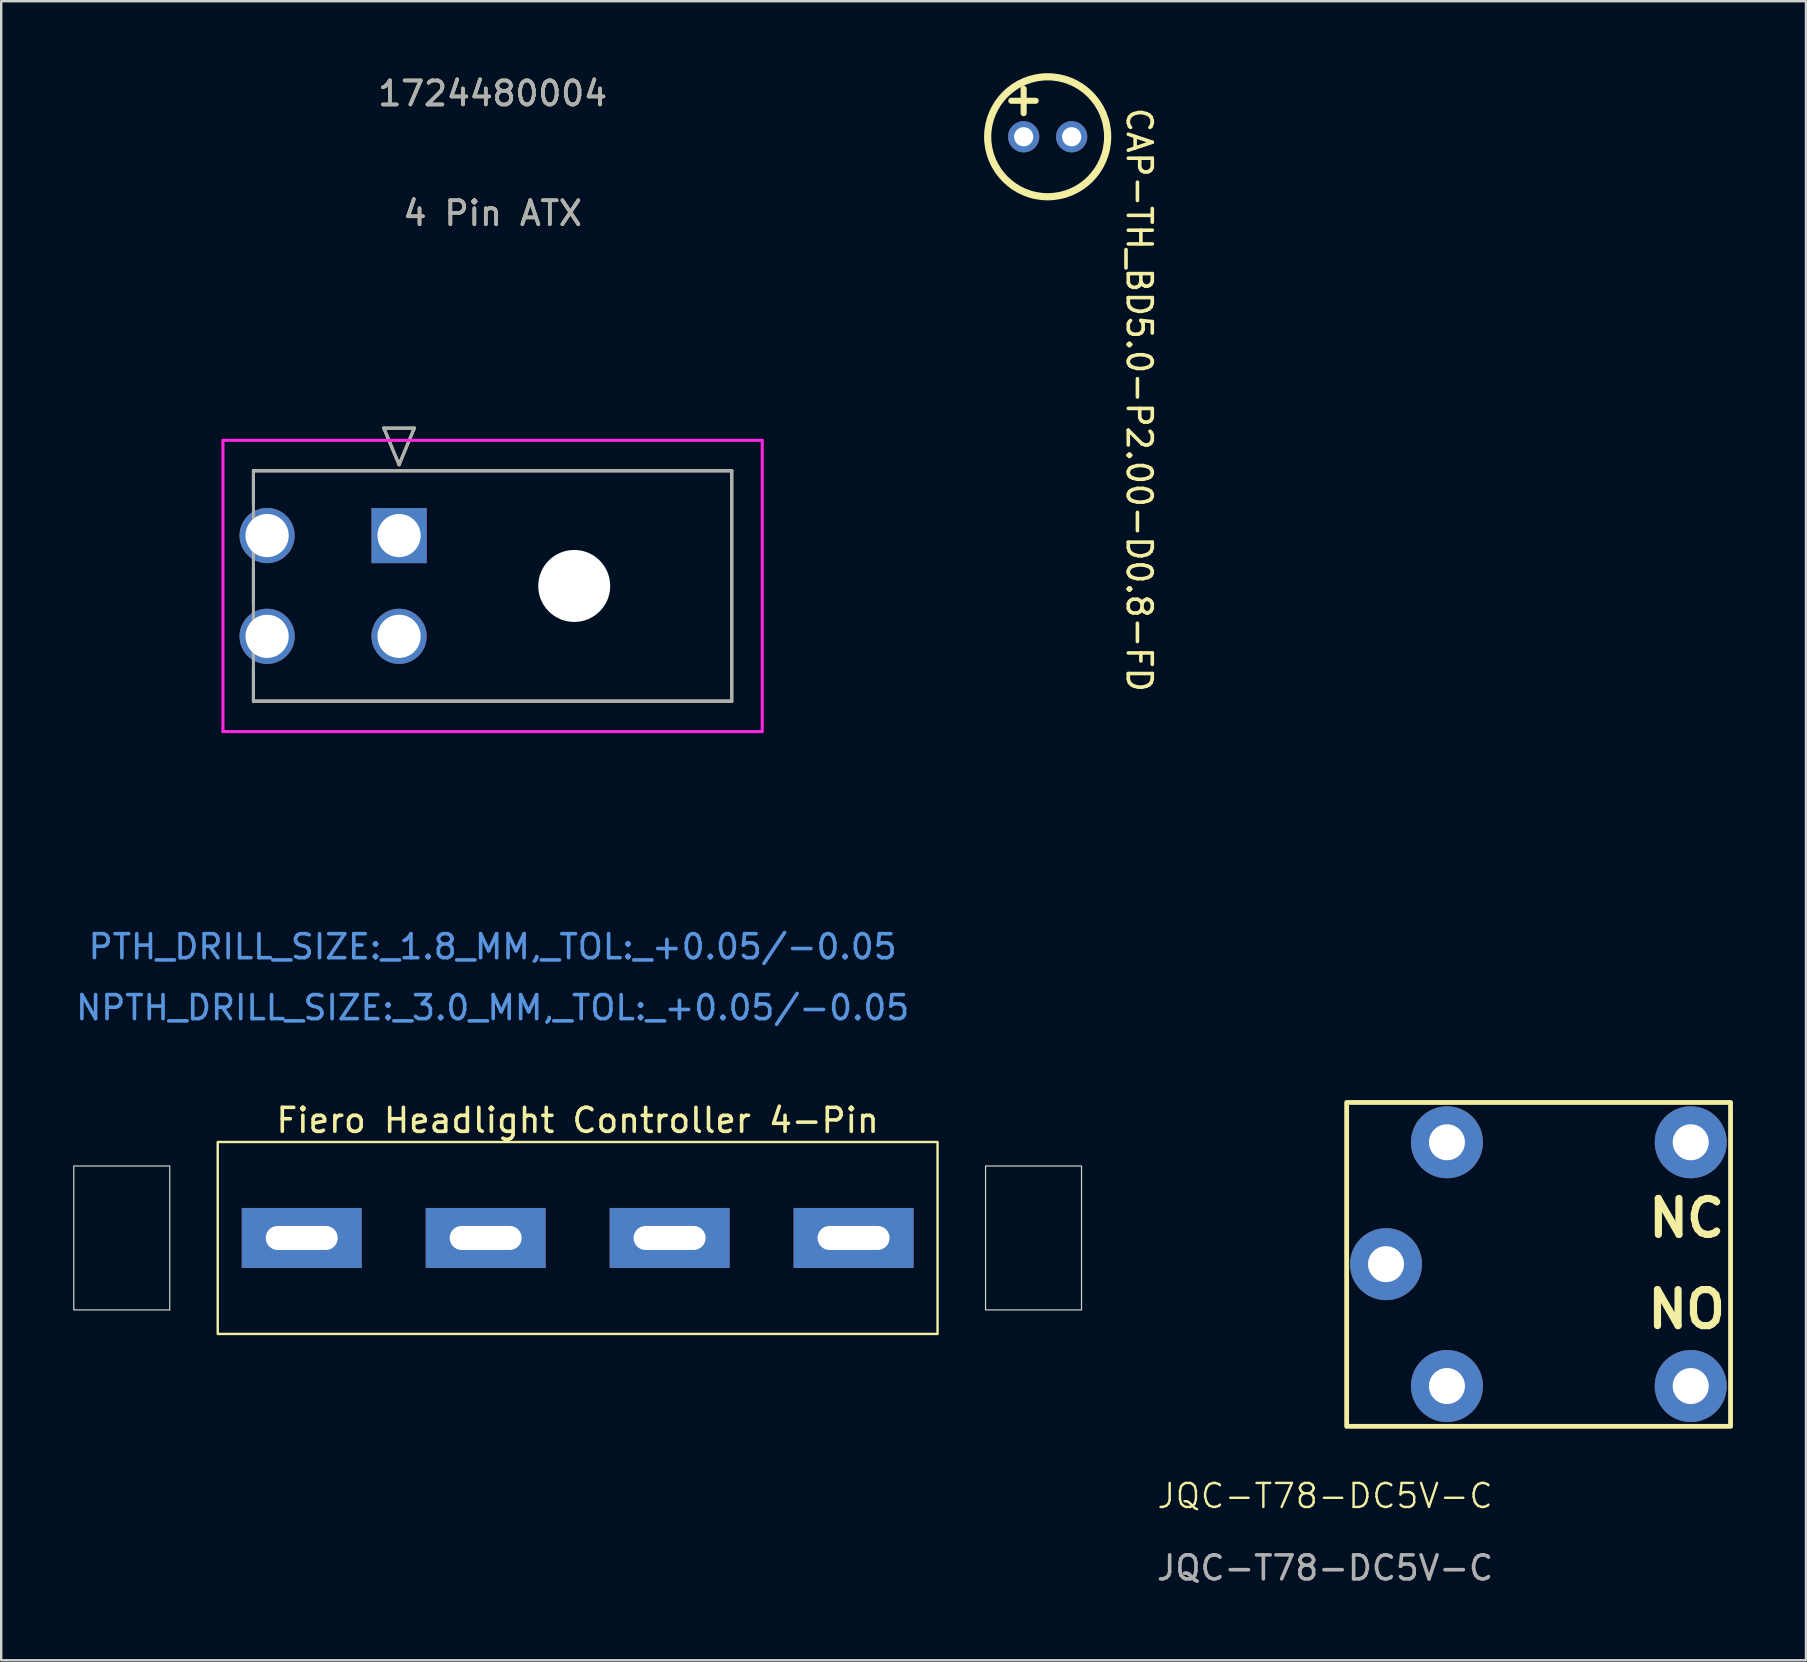
<source format=kicad_pcb>
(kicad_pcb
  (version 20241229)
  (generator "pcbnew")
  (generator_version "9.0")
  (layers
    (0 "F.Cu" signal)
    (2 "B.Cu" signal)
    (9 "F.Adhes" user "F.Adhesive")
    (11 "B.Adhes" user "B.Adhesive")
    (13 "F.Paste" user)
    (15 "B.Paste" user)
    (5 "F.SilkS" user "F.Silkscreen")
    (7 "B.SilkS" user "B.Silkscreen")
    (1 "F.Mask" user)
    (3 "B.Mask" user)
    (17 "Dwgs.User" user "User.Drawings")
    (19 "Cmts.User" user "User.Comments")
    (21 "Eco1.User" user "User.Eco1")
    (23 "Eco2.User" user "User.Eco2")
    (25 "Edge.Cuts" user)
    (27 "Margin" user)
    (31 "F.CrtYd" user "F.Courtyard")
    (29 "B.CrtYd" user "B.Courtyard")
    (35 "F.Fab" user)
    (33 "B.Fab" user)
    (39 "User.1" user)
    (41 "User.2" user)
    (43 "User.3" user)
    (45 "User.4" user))
  (footprint "Fiero Headlight Controller 4-Pin"
    (layer "F.Cu")
    (at 21.025 55.545)
    (property "Reference" "Fiero Headlight Controller 4-Pin" (at 0 -11.9 0) (unlocked yes) (layer "F.SilkS") (effects (font (size 1 1) (thickness 0.15))))
    (attr through_hole)
    (fp_rect (start -15 -11) (end 15 -3) (stroke (width 0.1) (type default)) (fill no) (layer "F.SilkS"))
    (fp_rect (start -21 -10) (end -17 -4) (stroke (width 0.05) (type default)) (fill no) (layer "Edge.Cuts"))
    (fp_rect (start 17 -10) (end 21 -4) (stroke (width 0.05) (type default)) (fill no) (layer "Edge.Cuts"))
    (pad "A" thru_hole rect (at -11.5 -7) (size 5 2.5) (drill oval 3 1) (layers "*.Cu" "*.Mask"))
    (pad "B" thru_hole rect (at -3.833 -7) (size 5 2.5) (drill oval 3 1) (layers "*.Cu" "*.Mask"))
    (pad "C" thru_hole rect (at 3.833 -7) (size 5 2.5) (drill oval 3 1) (layers "*.Cu" "*.Mask"))
    (pad "D" thru_hole rect (at 11.5 -7) (size 5 2.5) (drill oval 3 1) (layers "*.Cu" "*.Mask")))
  (footprint "JQC-T78-DC5V-C"
    (layer "F.Cu")
    (at 52.175 59.797)
    (property "Reference" "JQC-T78-DC5V-C" (at 0 -0.5 0) (unlocked yes) (layer "F.SilkS") (effects (font (size 1 1) (thickness 0.1))))
    (attr through_hole)
    (fp_rect (start 0.9 -16.9) (end 16.9 -3.4) (stroke (width 0.2) (type default)) (fill no) (layer "F.SilkS"))
    (fp_text user "NO" (at 13.3 -7.4 0) (unlocked yes) (layer "F.SilkS") (effects (font (size 1.5 1.5) (thickness 0.3) (bold yes)) (justify left bottom)))
    (fp_text user "NC" (at 13.336 -11.2 0) (unlocked yes) (layer "F.SilkS") (effects (font (size 1.5 1.5) (thickness 0.3) (bold yes)) (justify left bottom)))
    (fp_text user "${REFERENCE}" (at 0 2.5 0) (unlocked yes) (layer "F.Fab") (effects (font (size 1 1) (thickness 0.15))))
    (pad "1" thru_hole circle (at 2.54 -10.16) (size 3 3) (drill 1.5) (layers "*.Cu" "*.Mask"))
    (pad "2" thru_hole circle (at 5.08 -15.24) (size 3 3) (drill 1.5) (layers "*.Cu" "*.Mask"))
    (pad "3" thru_hole circle (at 15.24 -15.24) (size 3 3) (drill 1.5) (layers "*.Cu" "*.Mask"))
    (pad "4" thru_hole circle (at 15.24 -5.08) (size 3 3) (drill 1.5) (layers "*.Cu" "*.Mask"))
    (pad "5" thru_hole circle (at 5.08 -5.08) (size 3 3) (drill 1.5) (layers "*.Cu" "*.Mask")))
  (footprint "CAP-TH_BD5.0-P2.00-D0.8-FD"
    (layer "F.Cu")
    (at 40.614 2.65)
    (property "Reference" "CAP-TH_BD5.0-P2.00-D0.8-FD" (at 4.4 -1.3 270) (unlocked yes) (layer "F.SilkS") (effects (font (size 1 1) (thickness 0.15)) (justify left top)))
    (fp_line (start -1.516 -1.5) (end -0.5 -1.5) (stroke (width 0.254) (type default)) (layer "F.SilkS"))
    (fp_line (start -1 -2) (end -1 -0.984) (stroke (width 0.254) (type default)) (layer "F.SilkS"))
    (fp_circle (center 0 0) (end 2.5 0) (stroke (width 0.3) (type default)) (fill no) (layer "F.SilkS"))
    (fp_circle (center -1 0) (end -0.85 0) (stroke (width 0.3) (type default)) (fill no) (layer "User.4"))
    (fp_circle (center 1 0) (end 1.15 0) (stroke (width 0.3) (type default)) (fill no) (layer "User.4"))
    (fp_circle (center -2.5 2.5) (end -2.47 2.5) (stroke (width 0.06) (type default)) (fill no) (layer "User.5"))
    (pad "1" thru_hole oval (at -1 0) (size 1.3 1.3) (drill 0.8) (layers "*.Cu" "*.Mask"))
    (pad "2" thru_hole oval (at 1 0) (size 1.3 1.3) (drill 0.8) (layers "*.Cu" "*.Mask"))
    (zone (net_name "") (layer "F.SilkS") (hatch edge 0.5) (priority 100) (connect_pads yes) (min_thickness 0) (filled_areas_thickness no) (fill yes) (polygon (pts (arc (start 42.408384 0.9991) (mid 43.11437 2.6501) (end 42.408384 4.3011)))) (filled_polygon (layer "F.SilkS") (island) (pts (arc (start 42.408384 0.9991) (mid 43.11437 2.6501) (end 42.408384 4.3011)))))
    (zone (net_name "") (layer "Dwgs.User") (hatch edge 0.5) (priority 100) (connect_pads yes) (min_thickness 0) (filled_areas_thickness no) (fill yes) (polygon (pts (xy 38.646 1.444) (xy 39.535 1.444) (xy 39.535 1.571) (xy 38.646 1.571))) (filled_polygon (layer "Dwgs.User") (island) (pts (xy 38.646 1.444) (xy 39.535 1.444) (xy 39.535 1.571) (xy 38.646 1.571))))
    (zone (net_name "") (layer "Dwgs.User") (hatch edge 0.5) (priority 100) (connect_pads yes) (min_thickness 0) (filled_areas_thickness no) (fill yes) (polygon (pts (xy 39.027 1.952) (xy 39.027 1.063) (xy 39.154 1.063) (xy 39.154 1.952))) (filled_polygon (layer "Dwgs.User") (island) (pts (xy 39.027 1.952) (xy 39.027 1.063) (xy 39.154 1.063) (xy 39.154 1.952))))
    (zone (net_name "") (layer "Dwgs.User") (hatch edge 0.5) (priority 100) (connect_pads yes) (min_thickness 0) (filled_areas_thickness no) (fill yes) (polygon (pts (xy 41.63 1.507) (xy 42.519 1.507) (xy 42.519 1.634) (xy 41.63 1.634))) (filled_polygon (layer "Dwgs.User") (island) (pts (xy 41.63 1.507) (xy 42.519 1.507) (xy 42.519 1.634) (xy 41.63 1.634))))
    (zone (net_name "") (layer "User.3") (hatch edge 0.5) (priority 100) (connect_pads yes) (min_thickness 0) (filled_areas_thickness no) (fill yes) (polygon (pts (arc (start 40.614384 5.1501) (mid 38.846617 4.417867) (end 38.114384 2.6501)) (arc (start 38.114384 2.6501) (mid 38.846617 0.882333) (end 40.614384 0.1501)) (arc (start 40.614384 0.1501) (mid 42.382151 0.882333) (end 43.114384 2.6501)) (arc (start 43.114384 2.6501) (mid 42.382151 4.417867) (end 40.614384 5.1501)))) (filled_polygon (layer "User.3") (island) (pts (arc (start 40.614384 5.1501) (mid 38.846617 4.417867) (end 38.114384 2.6501)) (arc (start 38.114384 2.6501) (mid 38.846617 0.882333) (end 40.614384 0.1501)) (arc (start 40.614384 0.1501) (mid 42.382151 0.882333) (end 43.114384 2.6501)) (arc (start 43.114384 2.6501) (mid 42.382151 4.417867) (end 40.614384 5.1501))))))
  (footprint "4 Pin ATX"
    (layer "F.Cu")
    (at 19.582 17.271)
    (property "Reference" "4 Pin ATX" (at -2.1 -11.43 0) (unlocked yes) (layer "F.SilkS") (effects (font (size 1 1) (thickness 0.15))))
    (attr through_hole)
    (fp_line (start -12.07 -0.7) (end -12.07 0.648) (stroke (width 0.127) (type solid)) (layer "F.SilkS"))
    (fp_line (start -12.07 3.352) (end -12.07 4.848) (stroke (width 0.127) (type solid)) (layer "F.SilkS"))
    (fp_line (start -12.07 7.552) (end -12.07 8.9) (stroke (width 0.127) (type solid)) (layer "F.SilkS"))
    (fp_line (start -12.07 8.9) (end 7.865 8.9) (stroke (width 0.127) (type solid)) (layer "F.SilkS"))
    (fp_line (start -6.635 -2.478) (end -5.365 -2.478) (stroke (width 0.127) (type solid)) (layer "F.SilkS"))
    (fp_line (start -6 -0.954) (end -6.635 -2.478) (stroke (width 0.127) (type solid)) (layer "F.SilkS"))
    (fp_line (start -5.365 -2.478) (end -6 -0.954) (stroke (width 0.127) (type solid)) (layer "F.SilkS"))
    (fp_line (start 7.865 -0.7) (end -12.07 -0.7) (stroke (width 0.127) (type solid)) (layer "F.SilkS"))
    (fp_line (start 7.865 8.9) (end 7.865 -0.7) (stroke (width 0.127) (type solid)) (layer "F.SilkS"))
    (fp_line (start -13.34 -1.97) (end -13.34 10.17) (stroke (width 0.127) (type solid)) (layer "F.CrtYd"))
    (fp_line (start -13.34 10.17) (end 9.135 10.17) (stroke (width 0.127) (type solid)) (layer "F.CrtYd"))
    (fp_line (start 9.135 -1.97) (end -13.34 -1.97) (stroke (width 0.127) (type solid)) (layer "F.CrtYd"))
    (fp_line (start 9.135 10.17) (end 9.135 -1.97) (stroke (width 0.127) (type solid)) (layer "F.CrtYd"))
    (fp_line (start -12.07 -0.7) (end -12.07 8.9) (stroke (width 0.127) (type solid)) (layer "F.Fab"))
    (fp_line (start -12.07 8.9) (end 7.865 8.9) (stroke (width 0.127) (type solid)) (layer "F.Fab"))
    (fp_line (start -6.635 -2.478) (end -5.365 -2.478) (stroke (width 0.127) (type solid)) (layer "F.Fab"))
    (fp_line (start -6 -0.954) (end -6.635 -2.478) (stroke (width 0.127) (type solid)) (layer "F.Fab"))
    (fp_line (start -5.365 -2.478) (end -6 -0.954) (stroke (width 0.127) (type solid)) (layer "F.Fab"))
    (fp_line (start 7.865 -0.7) (end -12.07 -0.7) (stroke (width 0.127) (type solid)) (layer "F.Fab"))
    (fp_line (start 7.865 8.9) (end 7.865 -0.7) (stroke (width 0.127) (type solid)) (layer "F.Fab"))
    (fp_text user "1724480004" (at -2.1 -16.423 0) (unlocked yes) (layer "F.SilkS") (effects (font (size 1 1) (thickness 0.15))))
    (fp_text user "PTH_DRILL_SIZE:_1.8_MM,_TOL:_+0.05/-0.05" (at -2.1 19.137 0) (unlocked yes) (layer "Cmts.User") (effects (font (size 1 1) (thickness 0.15))))
    (fp_text user "NPTH_DRILL_SIZE:_3.0_MM,_TOL:_+0.05/-0.05" (at -2.1 21.677 0) (unlocked yes) (layer "Cmts.User") (effects (font (size 1 1) (thickness 0.15))))
    (fp_text user "1724480004" (at -2.1 -16.423 0) (unlocked yes) (layer "F.Fab") (effects (font (size 1 1) (thickness 0.15))))
    (fp_text user "${REFERENCE}" (at -2.1 -11.43 0) (unlocked yes) (layer "F.Fab") (effects (font (size 1 1) (thickness 0.15))))
    (pad "" np_thru_hole circle (at 1.3 4.1 90) (size 3 3) (drill 3) (layers "*.Cu" "*.Mask"))
    (pad "1" thru_hole rect (at -6 2 90) (size 2.3 2.3) (drill 1.8) (layers "*.Cu" "*.Mask"))
    (pad "2" thru_hole circle (at -6 6.2 90) (size 2.3 2.3) (drill 1.8) (layers "*.Cu" "*.Mask"))
    (pad "3" thru_hole circle (at -11.5 2 90) (size 2.3 2.3) (drill 1.8) (layers "*.Cu" "*.Mask"))
    (pad "4" thru_hole circle (at -11.5 6.2 90) (size 2.3 2.3) (drill 1.8) (layers "*.Cu" "*.Mask")))
  (gr_rect
    (start -3 -3)
    (end 72.218 66.145)
    (stroke (width 0.1) (type default))
    (fill no)
    (layer "Edge.Cuts")))
</source>
